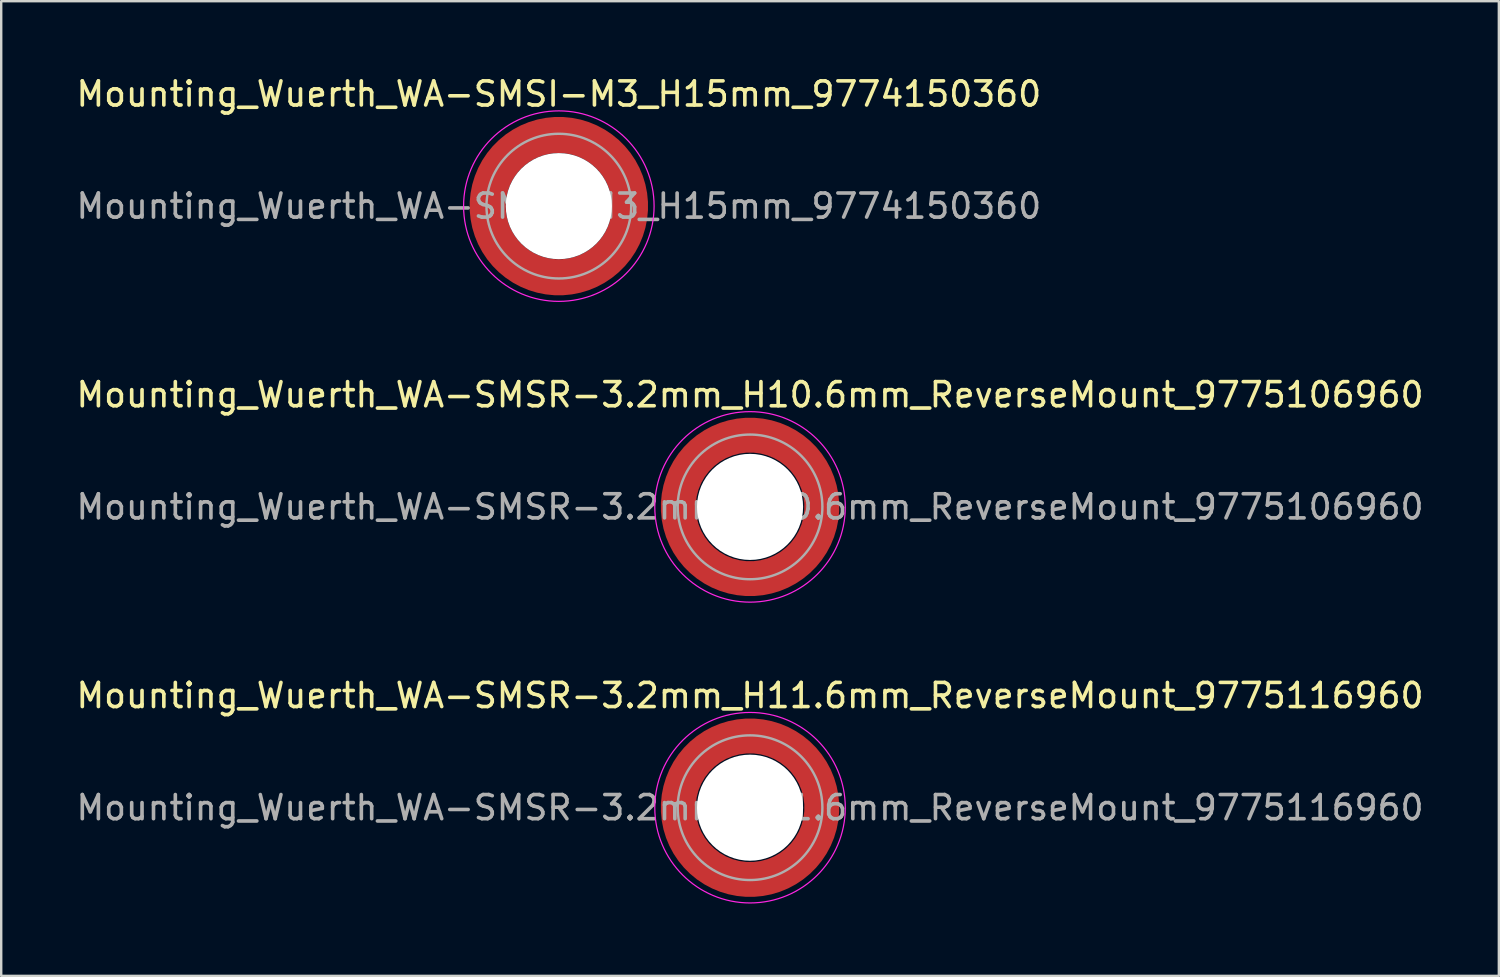
<source format=kicad_pcb>
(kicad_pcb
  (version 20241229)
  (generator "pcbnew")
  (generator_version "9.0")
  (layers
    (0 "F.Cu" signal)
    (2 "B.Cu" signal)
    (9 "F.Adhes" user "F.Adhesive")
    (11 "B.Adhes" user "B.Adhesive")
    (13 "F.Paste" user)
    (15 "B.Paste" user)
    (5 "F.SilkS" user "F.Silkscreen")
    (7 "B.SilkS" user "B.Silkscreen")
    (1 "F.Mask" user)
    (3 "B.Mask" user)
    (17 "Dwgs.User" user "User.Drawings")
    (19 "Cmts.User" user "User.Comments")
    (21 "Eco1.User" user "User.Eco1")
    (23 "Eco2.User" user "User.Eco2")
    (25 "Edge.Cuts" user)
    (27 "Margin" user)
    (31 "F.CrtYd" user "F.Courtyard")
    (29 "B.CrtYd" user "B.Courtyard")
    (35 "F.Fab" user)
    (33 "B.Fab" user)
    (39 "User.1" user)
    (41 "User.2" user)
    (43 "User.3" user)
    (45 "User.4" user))
  (footprint "Mounting_Wuerth_WA-SMSR-3.2mm_H10.6mm_ReverseMount_9775106960"
    (layer "F.Cu")
    (at 28.054 17.971)
    (property "Reference" "Mounting_Wuerth_WA-SMSR-3.2mm_H10.6mm_ReverseMount_9775106960" (at 0 -4.65 0) (layer "F.SilkS") (effects (font (size 1 1) (thickness 0.15))))
    (attr smd)
    (fp_circle (center 0 0) (end 3.95 0) (stroke (width 0.05) (type solid)) (fill no) (layer "F.CrtYd"))
    (fp_circle (center 0 0) (end 3 0) (stroke (width 0.1) (type solid)) (fill no) (layer "F.Fab"))
    (fp_text user "${REFERENCE}" (at 0 0 0) (layer "F.Fab") (effects (font (size 1 1) (thickness 0.15))))
    (pad "" smd custom (at -2.095 -2.095) (size 0.945 0.945) (layers "F.Paste") (options (anchor circle)) (primitives (gr_arc (start -0.24231 1.594804) (mid 0.404819 0.404819) (end 1.594804 -0.24231) (width 0.2)) (gr_arc (start -0.3398 1.594804) (mid 0.337349 0.337349) (end 1.594804 -0.3398) (width 0.2)) (gr_arc (start -0.437132 1.594804) (mid 0.269879 0.269879) (end 1.594804 -0.437132) (width 0.2)) (gr_arc (start -0.534324 1.594804) (mid 0.202409 0.202409) (end 1.594804 -0.534324) (width 0.2)) (gr_arc (start -0.631391 1.594804) (mid 0.134939 0.134939) (end 1.594804 -0.631391) (width 0.2)) (gr_arc (start -0.728345 1.594804) (mid 0.06747 0.06747) (end 1.594804 -0.728345) (width 0.2)) (gr_arc (start -0.825197 1.594804) (mid 0 0) (end 1.594804 -0.825197) (width 0.2)) (gr_arc (start -0.921958 1.594804) (mid -0.067469 -0.067469) (end 1.594804 -0.921958) (width 0.2)) (gr_arc (start -1.018637 1.594804) (mid -0.13494 -0.13494) (end 1.594804 -1.018637) (width 0.2)) (gr_arc (start -1.115239 1.594804) (mid -0.202409 -0.202409) (end 1.594804 -1.115239) (width 0.2)) (gr_arc (start -1.211773 1.594804) (mid -0.269879 -0.269879) (end 1.594804 -1.211773) (width 0.2)) (gr_arc (start -1.308244 1.594804) (mid -0.337349 -0.337349) (end 1.594804 -1.308244) (width 0.2)) (gr_arc (start -1.404657 1.594804) (mid -0.404819 -0.404819) (end 1.594804 -1.404657) (width 0.2)) (gr_arc (start -1.404657 1.594804) (mid -0.404819 -0.404819) (end 1.594804 -1.404657) (width 0.2)) (gr_line (start 1.595 -0.242) (end 1.595 -1.405) (width 0.2)) (gr_line (start -0.242 1.595) (end -1.405 1.595) (width 0.2))))
    (pad "" smd custom (at -2.095 2.095) (size 0.945 0.945) (layers "F.Paste") (options (anchor circle)) (primitives (gr_arc (start 1.594804 0.24231) (mid 0.404819 -0.404819) (end -0.24231 -1.594804) (width 0.2)) (gr_arc (start 1.594804 0.3398) (mid 0.337349 -0.337349) (end -0.3398 -1.594804) (width 0.2)) (gr_arc (start 1.594804 0.437132) (mid 0.269879 -0.269879) (end -0.437132 -1.594804) (width 0.2)) (gr_arc (start 1.594804 0.534324) (mid 0.202409 -0.202409) (end -0.534324 -1.594804) (width 0.2)) (gr_arc (start 1.594804 0.631391) (mid 0.134939 -0.134939) (end -0.631391 -1.594804) (width 0.2)) (gr_arc (start 1.594804 0.728345) (mid 0.06747 -0.06747) (end -0.728345 -1.594804) (width 0.2)) (gr_arc (start 1.594804 0.825197) (mid 0 0) (end -0.825197 -1.594804) (width 0.2)) (gr_arc (start 1.594804 0.921958) (mid -0.067469 0.067469) (end -0.921958 -1.594804) (width 0.2)) (gr_arc (start 1.594804 1.018637) (mid -0.13494 0.13494) (end -1.018637 -1.594804) (width 0.2)) (gr_arc (start 1.594804 1.115239) (mid -0.202409 0.202409) (end -1.115239 -1.594804) (width 0.2)) (gr_arc (start 1.594804 1.211773) (mid -0.269879 0.269879) (end -1.211773 -1.594804) (width 0.2)) (gr_arc (start 1.594804 1.308244) (mid -0.337349 0.337349) (end -1.308244 -1.594804) (width 0.2)) (gr_arc (start 1.594804 1.404657) (mid -0.404819 0.404819) (end -1.404657 -1.594804) (width 0.2)) (gr_arc (start 1.594804 1.404657) (mid -0.404819 0.404819) (end -1.404657 -1.594804) (width 0.2)) (gr_line (start -0.242 -1.595) (end -1.405 -1.595) (width 0.2)) (gr_line (start 1.595 0.242) (end 1.595 1.405) (width 0.2))))
    (pad "" np_thru_hole circle (at 0 0) (size 4.4 4.4) (drill 4.4) (layers "*.Cu" "*.Mask"))
    (pad "" smd custom (at 2.095 -2.095) (size 0.945 0.945) (layers "F.Paste") (options (anchor circle)) (primitives (gr_arc (start -1.594804 -0.24231) (mid -0.404819 0.404819) (end 0.24231 1.594804) (width 0.2)) (gr_arc (start -1.594804 -0.3398) (mid -0.337349 0.337349) (end 0.3398 1.594804) (width 0.2)) (gr_arc (start -1.594804 -0.437132) (mid -0.269879 0.269879) (end 0.437132 1.594804) (width 0.2)) (gr_arc (start -1.594804 -0.534324) (mid -0.202409 0.202409) (end 0.534324 1.594804) (width 0.2)) (gr_arc (start -1.594804 -0.631391) (mid -0.134939 0.134939) (end 0.631391 1.594804) (width 0.2)) (gr_arc (start -1.594804 -0.728345) (mid -0.06747 0.06747) (end 0.728345 1.594804) (width 0.2)) (gr_arc (start -1.594804 -0.825197) (mid 0 0) (end 0.825197 1.594804) (width 0.2)) (gr_arc (start -1.594804 -0.921958) (mid 0.067469 -0.067469) (end 0.921958 1.594804) (width 0.2)) (gr_arc (start -1.594804 -1.018637) (mid 0.13494 -0.13494) (end 1.018637 1.594804) (width 0.2)) (gr_arc (start -1.594804 -1.115239) (mid 0.202409 -0.202409) (end 1.115239 1.594804) (width 0.2)) (gr_arc (start -1.594804 -1.211773) (mid 0.269879 -0.269879) (end 1.211773 1.594804) (width 0.2)) (gr_arc (start -1.594804 -1.308244) (mid 0.337349 -0.337349) (end 1.308244 1.594804) (width 0.2)) (gr_arc (start -1.594804 -1.404657) (mid 0.404819 -0.404819) (end 1.404657 1.594804) (width 0.2)) (gr_arc (start -1.594804 -1.404657) (mid 0.404819 -0.404819) (end 1.404657 1.594804) (width 0.2)) (gr_line (start 0.242 1.595) (end 1.405 1.595) (width 0.2)) (gr_line (start -1.595 -0.242) (end -1.595 -1.405) (width 0.2))))
    (pad "" smd custom (at 2.095 2.095) (size 0.945 0.945) (layers "F.Paste") (options (anchor circle)) (primitives (gr_arc (start 0.24231 -1.594804) (mid -0.404819 -0.404819) (end -1.594804 0.24231) (width 0.2)) (gr_arc (start 0.3398 -1.594804) (mid -0.337349 -0.337349) (end -1.594804 0.3398) (width 0.2)) (gr_arc (start 0.437132 -1.594804) (mid -0.269879 -0.269879) (end -1.594804 0.437132) (width 0.2)) (gr_arc (start 0.534324 -1.594804) (mid -0.202409 -0.202409) (end -1.594804 0.534324) (width 0.2)) (gr_arc (start 0.631391 -1.594804) (mid -0.134939 -0.134939) (end -1.594804 0.631391) (width 0.2)) (gr_arc (start 0.728345 -1.594804) (mid -0.06747 -0.06747) (end -1.594804 0.728345) (width 0.2)) (gr_arc (start 0.825197 -1.594804) (mid 0 0) (end -1.594804 0.825197) (width 0.2)) (gr_arc (start 0.921958 -1.594804) (mid 0.067469 0.067469) (end -1.594804 0.921958) (width 0.2)) (gr_arc (start 1.018637 -1.594804) (mid 0.13494 0.13494) (end -1.594804 1.018637) (width 0.2)) (gr_arc (start 1.115239 -1.594804) (mid 0.202409 0.202409) (end -1.594804 1.115239) (width 0.2)) (gr_arc (start 1.211773 -1.594804) (mid 0.269879 0.269879) (end -1.594804 1.211773) (width 0.2)) (gr_arc (start 1.308244 -1.594804) (mid 0.337349 0.337349) (end -1.594804 1.308244) (width 0.2)) (gr_arc (start 1.404657 -1.594804) (mid 0.404819 0.404819) (end -1.594804 1.404657) (width 0.2)) (gr_arc (start 1.404657 -1.594804) (mid 0.404819 0.404819) (end -1.594804 1.404657) (width 0.2)) (gr_line (start -1.595 0.242) (end -1.595 1.405) (width 0.2)) (gr_line (start 0.242 -1.595) (end 1.405 -1.595) (width 0.2))))
    (pad "1" smd circle (at -2.975 0) (size 1.05 1.05) (layers "F.Cu"))
    (pad "1" smd circle (at 0 -2.975) (size 1.05 1.05) (layers "F.Cu"))
    (pad "1" smd circle (at 0 2.975) (size 1.05 1.05) (layers "F.Cu"))
    (pad "1" smd custom (at 2.975 0) (size 1.05 1.05) (layers "F.Cu" "F.Mask") (options (anchor circle)) (primitives (gr_circle (center -2.975 0) (end 0 0) (width 1.45) (fill no)))))
  (footprint "Mounting_Wuerth_WA-SMSI-M3_H15mm_9774150360"
    (layer "F.Cu")
    (at 20.125 5.498)
    (property "Reference" "Mounting_Wuerth_WA-SMSI-M3_H15mm_9774150360" (at 0 -4.65 0) (layer "F.SilkS") (effects (font (size 1 1) (thickness 0.15))))
    (attr smd)
    (fp_circle (center 0 0) (end 3.95 0) (stroke (width 0.05) (type solid)) (fill no) (layer "F.CrtYd"))
    (fp_circle (center 0 0) (end 3 0) (stroke (width 0.1) (type solid)) (fill no) (layer "F.Fab"))
    (fp_text user "${REFERENCE}" (at 0 0 0) (layer "F.Fab") (effects (font (size 1 1) (thickness 0.15))))
    (pad "" smd custom (at -2.058 -2.058) (size 0.7 0.7) (layers "F.Paste") (options (anchor circle)) (primitives (gr_arc (start -0.377294 1.707681) (mid 0.318198 0.318198) (end 1.707681 -0.377294) (width 0.2)) (gr_arc (start -0.478281 1.707681) (mid 0.247487 0.247487) (end 1.707681 -0.478281) (width 0.2)) (gr_arc (start -0.579192 1.707681) (mid 0.176777 0.176777) (end 1.707681 -0.579192) (width 0.2)) (gr_arc (start -0.680037 1.707681) (mid 0.106066 0.106066) (end 1.707681 -0.680037) (width 0.2)) (gr_arc (start -0.780822 1.707681) (mid 0.035356 0.035356) (end 1.707681 -0.780822) (width 0.2)) (gr_arc (start -0.881554 1.707681) (mid -0.035355 -0.035355) (end 1.707681 -0.881554) (width 0.2)) (gr_arc (start -0.982237 1.707681) (mid -0.106066 -0.106066) (end 1.707681 -0.982237) (width 0.2)) (gr_arc (start -1.082877 1.707681) (mid -0.176777 -0.176777) (end 1.707681 -1.082877) (width 0.2)) (gr_arc (start -1.183476 1.707681) (mid -0.247487 -0.247487) (end 1.707681 -1.183476) (width 0.2)) (gr_arc (start -1.28404 1.707681) (mid -0.318198 -0.318198) (end 1.707681 -1.28404) (width 0.2)) (gr_line (start 1.708 -0.377) (end 1.708 -1.284) (width 0.2)) (gr_line (start -0.377 1.708) (end -1.284 1.708) (width 0.2))))
    (pad "" smd custom (at -2.058 2.058) (size 0.7 0.7) (layers "F.Paste") (options (anchor circle)) (primitives (gr_arc (start 1.707681 0.377294) (mid 0.318198 -0.318198) (end -0.377294 -1.707681) (width 0.2)) (gr_arc (start 1.707681 0.478281) (mid 0.247487 -0.247487) (end -0.478281 -1.707681) (width 0.2)) (gr_arc (start 1.707681 0.579192) (mid 0.176777 -0.176777) (end -0.579192 -1.707681) (width 0.2)) (gr_arc (start 1.707681 0.680037) (mid 0.106066 -0.106066) (end -0.680037 -1.707681) (width 0.2)) (gr_arc (start 1.707681 0.780822) (mid 0.035356 -0.035356) (end -0.780822 -1.707681) (width 0.2)) (gr_arc (start 1.707681 0.881554) (mid -0.035355 0.035355) (end -0.881554 -1.707681) (width 0.2)) (gr_arc (start 1.707681 0.982237) (mid -0.106066 0.106066) (end -0.982237 -1.707681) (width 0.2)) (gr_arc (start 1.707681 1.082877) (mid -0.176777 0.176777) (end -1.082877 -1.707681) (width 0.2)) (gr_arc (start 1.707681 1.183476) (mid -0.247487 0.247487) (end -1.183476 -1.707681) (width 0.2)) (gr_arc (start 1.707681 1.28404) (mid -0.318198 0.318198) (end -1.28404 -1.707681) (width 0.2)) (gr_line (start -0.377 -1.708) (end -1.284 -1.708) (width 0.2)) (gr_line (start 1.708 0.377) (end 1.708 1.284) (width 0.2))))
    (pad "" np_thru_hole circle (at 0 0) (size 4.4 4.4) (drill 4.4) (layers "*.Cu" "*.Mask"))
    (pad "" smd custom (at 2.058 -2.058) (size 0.7 0.7) (layers "F.Paste") (options (anchor circle)) (primitives (gr_arc (start -1.707681 -0.377294) (mid -0.318198 0.318198) (end 0.377294 1.707681) (width 0.2)) (gr_arc (start -1.707681 -0.478281) (mid -0.247487 0.247487) (end 0.478281 1.707681) (width 0.2)) (gr_arc (start -1.707681 -0.579192) (mid -0.176777 0.176777) (end 0.579192 1.707681) (width 0.2)) (gr_arc (start -1.707681 -0.680037) (mid -0.106066 0.106066) (end 0.680037 1.707681) (width 0.2)) (gr_arc (start -1.707681 -0.780822) (mid -0.035356 0.035356) (end 0.780822 1.707681) (width 0.2)) (gr_arc (start -1.707681 -0.881554) (mid 0.035355 -0.035355) (end 0.881554 1.707681) (width 0.2)) (gr_arc (start -1.707681 -0.982237) (mid 0.106066 -0.106066) (end 0.982237 1.707681) (width 0.2)) (gr_arc (start -1.707681 -1.082877) (mid 0.176777 -0.176777) (end 1.082877 1.707681) (width 0.2)) (gr_arc (start -1.707681 -1.183476) (mid 0.247487 -0.247487) (end 1.183476 1.707681) (width 0.2)) (gr_arc (start -1.707681 -1.28404) (mid 0.318198 -0.318198) (end 1.28404 1.707681) (width 0.2)) (gr_line (start 0.377 1.708) (end 1.284 1.708) (width 0.2)) (gr_line (start -1.708 -0.377) (end -1.708 -1.284) (width 0.2))))
    (pad "" smd custom (at 2.058 2.058) (size 0.7 0.7) (layers "F.Paste") (options (anchor circle)) (primitives (gr_arc (start 0.377294 -1.707681) (mid -0.318198 -0.318198) (end -1.707681 0.377294) (width 0.2)) (gr_arc (start 0.478281 -1.707681) (mid -0.247487 -0.247487) (end -1.707681 0.478281) (width 0.2)) (gr_arc (start 0.579192 -1.707681) (mid -0.176777 -0.176777) (end -1.707681 0.579192) (width 0.2)) (gr_arc (start 0.680037 -1.707681) (mid -0.106066 -0.106066) (end -1.707681 0.680037) (width 0.2)) (gr_arc (start 0.780822 -1.707681) (mid -0.035356 -0.035356) (end -1.707681 0.780822) (width 0.2)) (gr_arc (start 0.881554 -1.707681) (mid 0.035355 0.035355) (end -1.707681 0.881554) (width 0.2)) (gr_arc (start 0.982237 -1.707681) (mid 0.106066 0.106066) (end -1.707681 0.982237) (width 0.2)) (gr_arc (start 1.082877 -1.707681) (mid 0.176777 0.176777) (end -1.707681 1.082877) (width 0.2)) (gr_arc (start 1.183476 -1.707681) (mid 0.247487 0.247487) (end -1.707681 1.183476) (width 0.2)) (gr_arc (start 1.28404 -1.707681) (mid 0.318198 0.318198) (end -1.707681 1.28404) (width 0.2)) (gr_line (start -1.708 0.377) (end -1.708 1.284) (width 0.2)) (gr_line (start 0.377 -1.708) (end 1.284 -1.708) (width 0.2))))
    (pad "1" smd circle (at -2.95 0) (size 1.1 1.1) (layers "F.Cu"))
    (pad "1" smd circle (at 0 -2.95) (size 1.1 1.1) (layers "F.Cu"))
    (pad "1" smd circle (at 0 2.95) (size 1.1 1.1) (layers "F.Cu"))
    (pad "1" smd custom (at 2.95 0) (size 1.1 1.1) (layers "F.Cu" "F.Mask") (options (anchor circle)) (primitives (gr_circle (center -2.95 0) (end 0 0) (width 1.5) (fill no)))))
  (footprint "Mounting_Wuerth_WA-SMSR-3.2mm_H11.6mm_ReverseMount_9775116960"
    (layer "F.Cu")
    (at 28.054 30.445)
    (property "Reference" "Mounting_Wuerth_WA-SMSR-3.2mm_H11.6mm_ReverseMount_9775116960" (at 0 -4.65 0) (layer "F.SilkS") (effects (font (size 1 1) (thickness 0.15))))
    (attr smd)
    (fp_circle (center 0 0) (end 3.95 0) (stroke (width 0.05) (type solid)) (fill no) (layer "F.CrtYd"))
    (fp_circle (center 0 0) (end 3 0) (stroke (width 0.1) (type solid)) (fill no) (layer "F.Fab"))
    (fp_text user "${REFERENCE}" (at 0 0 0) (layer "F.Fab") (effects (font (size 1 1) (thickness 0.15))))
    (pad "" smd custom (at -2.095 -2.095) (size 0.945 0.945) (layers "F.Paste") (options (anchor circle)) (primitives (gr_arc (start -0.24231 1.594804) (mid 0.404819 0.404819) (end 1.594804 -0.24231) (width 0.2)) (gr_arc (start -0.3398 1.594804) (mid 0.337349 0.337349) (end 1.594804 -0.3398) (width 0.2)) (gr_arc (start -0.437132 1.594804) (mid 0.269879 0.269879) (end 1.594804 -0.437132) (width 0.2)) (gr_arc (start -0.534324 1.594804) (mid 0.202409 0.202409) (end 1.594804 -0.534324) (width 0.2)) (gr_arc (start -0.631391 1.594804) (mid 0.134939 0.134939) (end 1.594804 -0.631391) (width 0.2)) (gr_arc (start -0.728345 1.594804) (mid 0.06747 0.06747) (end 1.594804 -0.728345) (width 0.2)) (gr_arc (start -0.825197 1.594804) (mid 0 0) (end 1.594804 -0.825197) (width 0.2)) (gr_arc (start -0.921958 1.594804) (mid -0.067469 -0.067469) (end 1.594804 -0.921958) (width 0.2)) (gr_arc (start -1.018637 1.594804) (mid -0.13494 -0.13494) (end 1.594804 -1.018637) (width 0.2)) (gr_arc (start -1.115239 1.594804) (mid -0.202409 -0.202409) (end 1.594804 -1.115239) (width 0.2)) (gr_arc (start -1.211773 1.594804) (mid -0.269879 -0.269879) (end 1.594804 -1.211773) (width 0.2)) (gr_arc (start -1.308244 1.594804) (mid -0.337349 -0.337349) (end 1.594804 -1.308244) (width 0.2)) (gr_arc (start -1.404657 1.594804) (mid -0.404819 -0.404819) (end 1.594804 -1.404657) (width 0.2)) (gr_arc (start -1.404657 1.594804) (mid -0.404819 -0.404819) (end 1.594804 -1.404657) (width 0.2)) (gr_line (start 1.595 -0.242) (end 1.595 -1.405) (width 0.2)) (gr_line (start -0.242 1.595) (end -1.405 1.595) (width 0.2))))
    (pad "" smd custom (at -2.095 2.095) (size 0.945 0.945) (layers "F.Paste") (options (anchor circle)) (primitives (gr_arc (start 1.594804 0.24231) (mid 0.404819 -0.404819) (end -0.24231 -1.594804) (width 0.2)) (gr_arc (start 1.594804 0.3398) (mid 0.337349 -0.337349) (end -0.3398 -1.594804) (width 0.2)) (gr_arc (start 1.594804 0.437132) (mid 0.269879 -0.269879) (end -0.437132 -1.594804) (width 0.2)) (gr_arc (start 1.594804 0.534324) (mid 0.202409 -0.202409) (end -0.534324 -1.594804) (width 0.2)) (gr_arc (start 1.594804 0.631391) (mid 0.134939 -0.134939) (end -0.631391 -1.594804) (width 0.2)) (gr_arc (start 1.594804 0.728345) (mid 0.06747 -0.06747) (end -0.728345 -1.594804) (width 0.2)) (gr_arc (start 1.594804 0.825197) (mid 0 0) (end -0.825197 -1.594804) (width 0.2)) (gr_arc (start 1.594804 0.921958) (mid -0.067469 0.067469) (end -0.921958 -1.594804) (width 0.2)) (gr_arc (start 1.594804 1.018637) (mid -0.13494 0.13494) (end -1.018637 -1.594804) (width 0.2)) (gr_arc (start 1.594804 1.115239) (mid -0.202409 0.202409) (end -1.115239 -1.594804) (width 0.2)) (gr_arc (start 1.594804 1.211773) (mid -0.269879 0.269879) (end -1.211773 -1.594804) (width 0.2)) (gr_arc (start 1.594804 1.308244) (mid -0.337349 0.337349) (end -1.308244 -1.594804) (width 0.2)) (gr_arc (start 1.594804 1.404657) (mid -0.404819 0.404819) (end -1.404657 -1.594804) (width 0.2)) (gr_arc (start 1.594804 1.404657) (mid -0.404819 0.404819) (end -1.404657 -1.594804) (width 0.2)) (gr_line (start -0.242 -1.595) (end -1.405 -1.595) (width 0.2)) (gr_line (start 1.595 0.242) (end 1.595 1.405) (width 0.2))))
    (pad "" np_thru_hole circle (at 0 0) (size 4.4 4.4) (drill 4.4) (layers "*.Cu" "*.Mask"))
    (pad "" smd custom (at 2.095 -2.095) (size 0.945 0.945) (layers "F.Paste") (options (anchor circle)) (primitives (gr_arc (start -1.594804 -0.24231) (mid -0.404819 0.404819) (end 0.24231 1.594804) (width 0.2)) (gr_arc (start -1.594804 -0.3398) (mid -0.337349 0.337349) (end 0.3398 1.594804) (width 0.2)) (gr_arc (start -1.594804 -0.437132) (mid -0.269879 0.269879) (end 0.437132 1.594804) (width 0.2)) (gr_arc (start -1.594804 -0.534324) (mid -0.202409 0.202409) (end 0.534324 1.594804) (width 0.2)) (gr_arc (start -1.594804 -0.631391) (mid -0.134939 0.134939) (end 0.631391 1.594804) (width 0.2)) (gr_arc (start -1.594804 -0.728345) (mid -0.06747 0.06747) (end 0.728345 1.594804) (width 0.2)) (gr_arc (start -1.594804 -0.825197) (mid 0 0) (end 0.825197 1.594804) (width 0.2)) (gr_arc (start -1.594804 -0.921958) (mid 0.067469 -0.067469) (end 0.921958 1.594804) (width 0.2)) (gr_arc (start -1.594804 -1.018637) (mid 0.13494 -0.13494) (end 1.018637 1.594804) (width 0.2)) (gr_arc (start -1.594804 -1.115239) (mid 0.202409 -0.202409) (end 1.115239 1.594804) (width 0.2)) (gr_arc (start -1.594804 -1.211773) (mid 0.269879 -0.269879) (end 1.211773 1.594804) (width 0.2)) (gr_arc (start -1.594804 -1.308244) (mid 0.337349 -0.337349) (end 1.308244 1.594804) (width 0.2)) (gr_arc (start -1.594804 -1.404657) (mid 0.404819 -0.404819) (end 1.404657 1.594804) (width 0.2)) (gr_arc (start -1.594804 -1.404657) (mid 0.404819 -0.404819) (end 1.404657 1.594804) (width 0.2)) (gr_line (start 0.242 1.595) (end 1.405 1.595) (width 0.2)) (gr_line (start -1.595 -0.242) (end -1.595 -1.405) (width 0.2))))
    (pad "" smd custom (at 2.095 2.095) (size 0.945 0.945) (layers "F.Paste") (options (anchor circle)) (primitives (gr_arc (start 0.24231 -1.594804) (mid -0.404819 -0.404819) (end -1.594804 0.24231) (width 0.2)) (gr_arc (start 0.3398 -1.594804) (mid -0.337349 -0.337349) (end -1.594804 0.3398) (width 0.2)) (gr_arc (start 0.437132 -1.594804) (mid -0.269879 -0.269879) (end -1.594804 0.437132) (width 0.2)) (gr_arc (start 0.534324 -1.594804) (mid -0.202409 -0.202409) (end -1.594804 0.534324) (width 0.2)) (gr_arc (start 0.631391 -1.594804) (mid -0.134939 -0.134939) (end -1.594804 0.631391) (width 0.2)) (gr_arc (start 0.728345 -1.594804) (mid -0.06747 -0.06747) (end -1.594804 0.728345) (width 0.2)) (gr_arc (start 0.825197 -1.594804) (mid 0 0) (end -1.594804 0.825197) (width 0.2)) (gr_arc (start 0.921958 -1.594804) (mid 0.067469 0.067469) (end -1.594804 0.921958) (width 0.2)) (gr_arc (start 1.018637 -1.594804) (mid 0.13494 0.13494) (end -1.594804 1.018637) (width 0.2)) (gr_arc (start 1.115239 -1.594804) (mid 0.202409 0.202409) (end -1.594804 1.115239) (width 0.2)) (gr_arc (start 1.211773 -1.594804) (mid 0.269879 0.269879) (end -1.594804 1.211773) (width 0.2)) (gr_arc (start 1.308244 -1.594804) (mid 0.337349 0.337349) (end -1.594804 1.308244) (width 0.2)) (gr_arc (start 1.404657 -1.594804) (mid 0.404819 0.404819) (end -1.594804 1.404657) (width 0.2)) (gr_arc (start 1.404657 -1.594804) (mid 0.404819 0.404819) (end -1.594804 1.404657) (width 0.2)) (gr_line (start -1.595 0.242) (end -1.595 1.405) (width 0.2)) (gr_line (start 0.242 -1.595) (end 1.405 -1.595) (width 0.2))))
    (pad "1" smd circle (at -2.975 0) (size 1.05 1.05) (layers "F.Cu"))
    (pad "1" smd circle (at 0 -2.975) (size 1.05 1.05) (layers "F.Cu"))
    (pad "1" smd circle (at 0 2.975) (size 1.05 1.05) (layers "F.Cu"))
    (pad "1" smd custom (at 2.975 0) (size 1.05 1.05) (layers "F.Cu" "F.Mask") (options (anchor circle)) (primitives (gr_circle (center -2.975 0) (end 0 0) (width 1.45) (fill no)))))
  (gr_rect
    (start -3 -3)
    (end 59.107 37.42)
    (stroke (width 0.1) (type default))
    (fill no)
    (layer "Edge.Cuts")))
</source>
